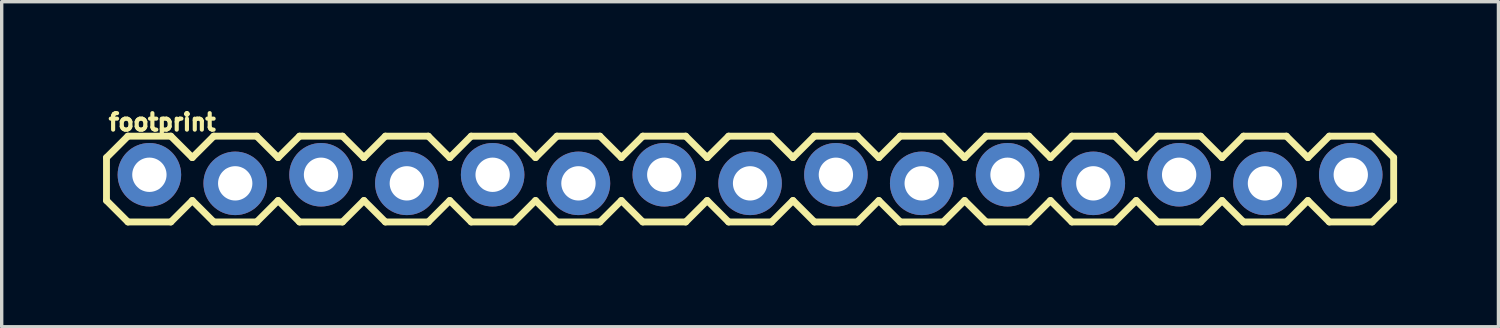
<source format=kicad_pcb>
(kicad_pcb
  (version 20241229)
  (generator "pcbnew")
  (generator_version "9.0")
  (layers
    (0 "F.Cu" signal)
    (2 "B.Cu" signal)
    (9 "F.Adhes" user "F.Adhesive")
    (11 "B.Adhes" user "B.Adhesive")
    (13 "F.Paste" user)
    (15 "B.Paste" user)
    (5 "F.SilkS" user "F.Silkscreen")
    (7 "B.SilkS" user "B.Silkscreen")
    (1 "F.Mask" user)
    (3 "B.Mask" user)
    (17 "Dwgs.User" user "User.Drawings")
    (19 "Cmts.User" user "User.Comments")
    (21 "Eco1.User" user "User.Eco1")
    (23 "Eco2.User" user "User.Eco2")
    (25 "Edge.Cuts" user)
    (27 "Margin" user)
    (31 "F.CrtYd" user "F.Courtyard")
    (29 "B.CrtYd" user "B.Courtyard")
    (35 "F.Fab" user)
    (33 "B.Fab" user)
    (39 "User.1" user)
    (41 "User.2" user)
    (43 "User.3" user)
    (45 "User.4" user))
  (footprint "footprint"
    (layer "F.Cu")
    (at 1.372 2.25)
    (property "Reference" "footprint" (at -1.27 -1.397 0) (layer "F.SilkS") (effects (font (size 0.488 0.488) (thickness 0.122)) (justify left bottom)))
    (fp_line (start -1.27 -0.635) (end -1.27 0.635) (stroke (width 0.203) (type solid)) (layer "F.SilkS"))
    (fp_line (start -1.27 0.635) (end -0.635 1.27) (stroke (width 0.203) (type solid)) (layer "F.SilkS"))
    (fp_line (start -0.635 -1.27) (end -1.27 -0.635) (stroke (width 0.203) (type solid)) (layer "F.SilkS"))
    (fp_line (start -0.635 -1.27) (end 0.635 -1.27) (stroke (width 0.203) (type solid)) (layer "F.SilkS"))
    (fp_line (start 0.635 -1.27) (end 1.27 -0.635) (stroke (width 0.203) (type solid)) (layer "F.SilkS"))
    (fp_line (start 0.635 1.27) (end -0.635 1.27) (stroke (width 0.203) (type solid)) (layer "F.SilkS"))
    (fp_line (start 1.27 -0.635) (end 1.905 -1.27) (stroke (width 0.203) (type solid)) (layer "F.SilkS"))
    (fp_line (start 1.27 0.635) (end 0.635 1.27) (stroke (width 0.203) (type solid)) (layer "F.SilkS"))
    (fp_line (start 1.905 -1.27) (end 3.175 -1.27) (stroke (width 0.203) (type solid)) (layer "F.SilkS"))
    (fp_line (start 1.905 1.27) (end 1.27 0.635) (stroke (width 0.203) (type solid)) (layer "F.SilkS"))
    (fp_line (start 3.175 -1.27) (end 3.81 -0.635) (stroke (width 0.203) (type solid)) (layer "F.SilkS"))
    (fp_line (start 3.175 1.27) (end 1.905 1.27) (stroke (width 0.203) (type solid)) (layer "F.SilkS"))
    (fp_line (start 3.81 -0.635) (end 4.445 -1.27) (stroke (width 0.203) (type solid)) (layer "F.SilkS"))
    (fp_line (start 3.81 0.635) (end 3.175 1.27) (stroke (width 0.203) (type solid)) (layer "F.SilkS"))
    (fp_line (start 4.445 -1.27) (end 5.715 -1.27) (stroke (width 0.203) (type solid)) (layer "F.SilkS"))
    (fp_line (start 4.445 1.27) (end 3.81 0.635) (stroke (width 0.203) (type solid)) (layer "F.SilkS"))
    (fp_line (start 5.715 -1.27) (end 6.35 -0.635) (stroke (width 0.203) (type solid)) (layer "F.SilkS"))
    (fp_line (start 5.715 1.27) (end 4.445 1.27) (stroke (width 0.203) (type solid)) (layer "F.SilkS"))
    (fp_line (start 6.35 0.635) (end 5.715 1.27) (stroke (width 0.203) (type solid)) (layer "F.SilkS"))
    (fp_line (start 6.35 0.635) (end 6.985 1.27) (stroke (width 0.203) (type solid)) (layer "F.SilkS"))
    (fp_line (start 6.985 -1.27) (end 6.35 -0.635) (stroke (width 0.203) (type solid)) (layer "F.SilkS"))
    (fp_line (start 6.985 -1.27) (end 8.255 -1.27) (stroke (width 0.203) (type solid)) (layer "F.SilkS"))
    (fp_line (start 8.255 -1.27) (end 8.89 -0.635) (stroke (width 0.203) (type solid)) (layer "F.SilkS"))
    (fp_line (start 8.255 1.27) (end 6.985 1.27) (stroke (width 0.203) (type solid)) (layer "F.SilkS"))
    (fp_line (start 8.89 -0.635) (end 9.525 -1.27) (stroke (width 0.203) (type solid)) (layer "F.SilkS"))
    (fp_line (start 8.89 0.635) (end 8.255 1.27) (stroke (width 0.203) (type solid)) (layer "F.SilkS"))
    (fp_line (start 9.525 -1.27) (end 10.795 -1.27) (stroke (width 0.203) (type solid)) (layer "F.SilkS"))
    (fp_line (start 9.525 1.27) (end 8.89 0.635) (stroke (width 0.203) (type solid)) (layer "F.SilkS"))
    (fp_line (start 10.795 -1.27) (end 11.43 -0.635) (stroke (width 0.203) (type solid)) (layer "F.SilkS"))
    (fp_line (start 10.795 1.27) (end 9.525 1.27) (stroke (width 0.203) (type solid)) (layer "F.SilkS"))
    (fp_line (start 11.43 -0.635) (end 12.065 -1.27) (stroke (width 0.203) (type solid)) (layer "F.SilkS"))
    (fp_line (start 11.43 0.635) (end 10.795 1.27) (stroke (width 0.203) (type solid)) (layer "F.SilkS"))
    (fp_line (start 12.065 -1.27) (end 13.335 -1.27) (stroke (width 0.203) (type solid)) (layer "F.SilkS"))
    (fp_line (start 12.065 1.27) (end 11.43 0.635) (stroke (width 0.203) (type solid)) (layer "F.SilkS"))
    (fp_line (start 13.335 -1.27) (end 13.97 -0.635) (stroke (width 0.203) (type solid)) (layer "F.SilkS"))
    (fp_line (start 13.335 1.27) (end 12.065 1.27) (stroke (width 0.203) (type solid)) (layer "F.SilkS"))
    (fp_line (start 13.97 0.635) (end 13.335 1.27) (stroke (width 0.203) (type solid)) (layer "F.SilkS"))
    (fp_line (start 13.97 0.635) (end 14.605 1.27) (stroke (width 0.203) (type solid)) (layer "F.SilkS"))
    (fp_line (start 14.605 -1.27) (end 13.97 -0.635) (stroke (width 0.203) (type solid)) (layer "F.SilkS"))
    (fp_line (start 14.605 -1.27) (end 15.875 -1.27) (stroke (width 0.203) (type solid)) (layer "F.SilkS"))
    (fp_line (start 15.875 -1.27) (end 16.51 -0.635) (stroke (width 0.203) (type solid)) (layer "F.SilkS"))
    (fp_line (start 15.875 1.27) (end 14.605 1.27) (stroke (width 0.203) (type solid)) (layer "F.SilkS"))
    (fp_line (start 16.51 0.635) (end 15.875 1.27) (stroke (width 0.203) (type solid)) (layer "F.SilkS"))
    (fp_line (start 16.51 0.635) (end 17.145 1.27) (stroke (width 0.203) (type solid)) (layer "F.SilkS"))
    (fp_line (start 17.145 -1.27) (end 16.51 -0.635) (stroke (width 0.203) (type solid)) (layer "F.SilkS"))
    (fp_line (start 17.145 -1.27) (end 18.415 -1.27) (stroke (width 0.203) (type solid)) (layer "F.SilkS"))
    (fp_line (start 18.415 -1.27) (end 19.05 -0.635) (stroke (width 0.203) (type solid)) (layer "F.SilkS"))
    (fp_line (start 18.415 1.27) (end 17.145 1.27) (stroke (width 0.203) (type solid)) (layer "F.SilkS"))
    (fp_line (start 19.05 -0.635) (end 19.685 -1.27) (stroke (width 0.203) (type solid)) (layer "F.SilkS"))
    (fp_line (start 19.05 0.635) (end 18.415 1.27) (stroke (width 0.203) (type solid)) (layer "F.SilkS"))
    (fp_line (start 19.685 -1.27) (end 20.955 -1.27) (stroke (width 0.203) (type solid)) (layer "F.SilkS"))
    (fp_line (start 19.685 1.27) (end 19.05 0.635) (stroke (width 0.203) (type solid)) (layer "F.SilkS"))
    (fp_line (start 20.955 -1.27) (end 21.59 -0.635) (stroke (width 0.203) (type solid)) (layer "F.SilkS"))
    (fp_line (start 20.955 1.27) (end 19.685 1.27) (stroke (width 0.203) (type solid)) (layer "F.SilkS"))
    (fp_line (start 21.59 -0.635) (end 22.225 -1.27) (stroke (width 0.203) (type solid)) (layer "F.SilkS"))
    (fp_line (start 21.59 0.635) (end 20.955 1.27) (stroke (width 0.203) (type solid)) (layer "F.SilkS"))
    (fp_line (start 22.225 -1.27) (end 23.495 -1.27) (stroke (width 0.203) (type solid)) (layer "F.SilkS"))
    (fp_line (start 22.225 1.27) (end 21.59 0.635) (stroke (width 0.203) (type solid)) (layer "F.SilkS"))
    (fp_line (start 23.495 -1.27) (end 24.13 -0.635) (stroke (width 0.203) (type solid)) (layer "F.SilkS"))
    (fp_line (start 23.495 1.27) (end 22.225 1.27) (stroke (width 0.203) (type solid)) (layer "F.SilkS"))
    (fp_line (start 24.13 0.635) (end 23.495 1.27) (stroke (width 0.203) (type solid)) (layer "F.SilkS"))
    (fp_line (start 24.13 0.635) (end 24.765 1.27) (stroke (width 0.203) (type solid)) (layer "F.SilkS"))
    (fp_line (start 24.765 -1.27) (end 24.13 -0.635) (stroke (width 0.203) (type solid)) (layer "F.SilkS"))
    (fp_line (start 24.765 -1.27) (end 26.035 -1.27) (stroke (width 0.203) (type solid)) (layer "F.SilkS"))
    (fp_line (start 26.035 -1.27) (end 26.67 -0.635) (stroke (width 0.203) (type solid)) (layer "F.SilkS"))
    (fp_line (start 26.035 1.27) (end 24.765 1.27) (stroke (width 0.203) (type solid)) (layer "F.SilkS"))
    (fp_line (start 26.67 -0.635) (end 27.305 -1.27) (stroke (width 0.203) (type solid)) (layer "F.SilkS"))
    (fp_line (start 26.67 0.635) (end 26.035 1.27) (stroke (width 0.203) (type solid)) (layer "F.SilkS"))
    (fp_line (start 27.305 -1.27) (end 28.575 -1.27) (stroke (width 0.203) (type solid)) (layer "F.SilkS"))
    (fp_line (start 27.305 1.27) (end 26.67 0.635) (stroke (width 0.203) (type solid)) (layer "F.SilkS"))
    (fp_line (start 28.575 -1.27) (end 29.21 -0.635) (stroke (width 0.203) (type solid)) (layer "F.SilkS"))
    (fp_line (start 28.575 1.27) (end 27.305 1.27) (stroke (width 0.203) (type solid)) (layer "F.SilkS"))
    (fp_line (start 29.21 -0.635) (end 29.845 -1.27) (stroke (width 0.203) (type solid)) (layer "F.SilkS"))
    (fp_line (start 29.21 0.635) (end 28.575 1.27) (stroke (width 0.203) (type solid)) (layer "F.SilkS"))
    (fp_line (start 29.845 -1.27) (end 31.115 -1.27) (stroke (width 0.203) (type solid)) (layer "F.SilkS"))
    (fp_line (start 29.845 1.27) (end 29.21 0.635) (stroke (width 0.203) (type solid)) (layer "F.SilkS"))
    (fp_line (start 31.115 -1.27) (end 31.75 -0.635) (stroke (width 0.203) (type solid)) (layer "F.SilkS"))
    (fp_line (start 31.115 1.27) (end 29.845 1.27) (stroke (width 0.203) (type solid)) (layer "F.SilkS"))
    (fp_line (start 31.75 0.635) (end 31.115 1.27) (stroke (width 0.203) (type solid)) (layer "F.SilkS"))
    (fp_line (start 31.75 0.635) (end 32.385 1.27) (stroke (width 0.203) (type solid)) (layer "F.SilkS"))
    (fp_line (start 32.385 -1.27) (end 31.75 -0.635) (stroke (width 0.203) (type solid)) (layer "F.SilkS"))
    (fp_line (start 32.385 -1.27) (end 33.655 -1.27) (stroke (width 0.203) (type solid)) (layer "F.SilkS"))
    (fp_line (start 33.655 -1.27) (end 34.29 -0.635) (stroke (width 0.203) (type solid)) (layer "F.SilkS"))
    (fp_line (start 33.655 1.27) (end 32.385 1.27) (stroke (width 0.203) (type solid)) (layer "F.SilkS"))
    (fp_line (start 34.29 0.635) (end 33.655 1.27) (stroke (width 0.203) (type solid)) (layer "F.SilkS"))
    (fp_line (start 34.29 0.635) (end 34.925 1.27) (stroke (width 0.203) (type solid)) (layer "F.SilkS"))
    (fp_line (start 34.925 -1.27) (end 34.29 -0.635) (stroke (width 0.203) (type solid)) (layer "F.SilkS"))
    (fp_line (start 34.925 -1.27) (end 36.195 -1.27) (stroke (width 0.203) (type solid)) (layer "F.SilkS"))
    (fp_line (start 36.195 -1.27) (end 36.83 -0.635) (stroke (width 0.203) (type solid)) (layer "F.SilkS"))
    (fp_line (start 36.195 1.27) (end 34.925 1.27) (stroke (width 0.203) (type solid)) (layer "F.SilkS"))
    (fp_line (start 36.83 -0.635) (end 36.83 0.635) (stroke (width 0.203) (type solid)) (layer "F.SilkS"))
    (fp_line (start 36.83 0.635) (end 36.195 1.27) (stroke (width 0.203) (type solid)) (layer "F.SilkS"))
    (fp_poly (pts (xy -0.254 0.254) (xy 0.254 0.254) (xy 0.254 -0.254) (xy -0.254 -0.254)) (stroke (width 0.1) (type solid)) (fill no) (layer "F.Fab"))
    (fp_poly (pts (xy 2.286 0.254) (xy 2.794 0.254) (xy 2.794 -0.254) (xy 2.286 -0.254)) (stroke (width 0.1) (type solid)) (fill no) (layer "F.Fab"))
    (fp_poly (pts (xy 4.826 0.254) (xy 5.334 0.254) (xy 5.334 -0.254) (xy 4.826 -0.254)) (stroke (width 0.1) (type solid)) (fill no) (layer "F.Fab"))
    (fp_poly (pts (xy 7.366 0.254) (xy 7.874 0.254) (xy 7.874 -0.254) (xy 7.366 -0.254)) (stroke (width 0.1) (type solid)) (fill no) (layer "F.Fab"))
    (fp_poly (pts (xy 9.906 0.254) (xy 10.414 0.254) (xy 10.414 -0.254) (xy 9.906 -0.254)) (stroke (width 0.1) (type solid)) (fill no) (layer "F.Fab"))
    (fp_poly (pts (xy 12.446 0.254) (xy 12.954 0.254) (xy 12.954 -0.254) (xy 12.446 -0.254)) (stroke (width 0.1) (type solid)) (fill no) (layer "F.Fab"))
    (fp_poly (pts (xy 14.986 0.254) (xy 15.494 0.254) (xy 15.494 -0.254) (xy 14.986 -0.254)) (stroke (width 0.1) (type solid)) (fill no) (layer "F.Fab"))
    (fp_poly (pts (xy 17.526 0.254) (xy 18.034 0.254) (xy 18.034 -0.254) (xy 17.526 -0.254)) (stroke (width 0.1) (type solid)) (fill no) (layer "F.Fab"))
    (fp_poly (pts (xy 20.066 0.254) (xy 20.574 0.254) (xy 20.574 -0.254) (xy 20.066 -0.254)) (stroke (width 0.1) (type solid)) (fill no) (layer "F.Fab"))
    (fp_poly (pts (xy 22.606 0.254) (xy 23.114 0.254) (xy 23.114 -0.254) (xy 22.606 -0.254)) (stroke (width 0.1) (type solid)) (fill no) (layer "F.Fab"))
    (fp_poly (pts (xy 25.146 0.254) (xy 25.654 0.254) (xy 25.654 -0.254) (xy 25.146 -0.254)) (stroke (width 0.1) (type solid)) (fill no) (layer "F.Fab"))
    (fp_poly (pts (xy 27.686 0.254) (xy 28.194 0.254) (xy 28.194 -0.254) (xy 27.686 -0.254)) (stroke (width 0.1) (type solid)) (fill no) (layer "F.Fab"))
    (fp_poly (pts (xy 30.226 0.254) (xy 30.734 0.254) (xy 30.734 -0.254) (xy 30.226 -0.254)) (stroke (width 0.1) (type solid)) (fill no) (layer "F.Fab"))
    (fp_poly (pts (xy 32.766 0.254) (xy 33.274 0.254) (xy 33.274 -0.254) (xy 32.766 -0.254)) (stroke (width 0.1) (type solid)) (fill no) (layer "F.Fab"))
    (fp_poly (pts (xy 35.306 0.254) (xy 35.814 0.254) (xy 35.814 -0.254) (xy 35.306 -0.254)) (stroke (width 0.1) (type solid)) (fill no) (layer "F.Fab"))
    (pad "1" thru_hole circle (at 0 -0.127 90) (size 1.88 1.88) (drill 1.016) (layers "*.Cu" "*.Mask"))
    (pad "2" thru_hole circle (at 2.54 0.127 90) (size 1.88 1.88) (drill 1.016) (layers "*.Cu" "*.Mask"))
    (pad "3" thru_hole circle (at 5.08 -0.127 90) (size 1.88 1.88) (drill 1.016) (layers "*.Cu" "*.Mask"))
    (pad "4" thru_hole circle (at 7.62 0.127 90) (size 1.88 1.88) (drill 1.016) (layers "*.Cu" "*.Mask"))
    (pad "5" thru_hole circle (at 10.16 -0.127 90) (size 1.88 1.88) (drill 1.016) (layers "*.Cu" "*.Mask"))
    (pad "6" thru_hole circle (at 12.7 0.127 90) (size 1.88 1.88) (drill 1.016) (layers "*.Cu" "*.Mask"))
    (pad "7" thru_hole circle (at 15.24 -0.127 90) (size 1.88 1.88) (drill 1.016) (layers "*.Cu" "*.Mask"))
    (pad "8" thru_hole circle (at 17.78 0.127 90) (size 1.88 1.88) (drill 1.016) (layers "*.Cu" "*.Mask"))
    (pad "9" thru_hole circle (at 20.32 -0.127 90) (size 1.88 1.88) (drill 1.016) (layers "*.Cu" "*.Mask"))
    (pad "10" thru_hole circle (at 22.86 0.127 90) (size 1.88 1.88) (drill 1.016) (layers "*.Cu" "*.Mask"))
    (pad "11" thru_hole circle (at 25.4 -0.127 90) (size 1.88 1.88) (drill 1.016) (layers "*.Cu" "*.Mask"))
    (pad "12" thru_hole circle (at 27.94 0.127 90) (size 1.88 1.88) (drill 1.016) (layers "*.Cu" "*.Mask"))
    (pad "13" thru_hole circle (at 30.48 -0.127 90) (size 1.88 1.88) (drill 1.016) (layers "*.Cu" "*.Mask"))
    (pad "14" thru_hole circle (at 33.02 0.127 90) (size 1.88 1.88) (drill 1.016) (layers "*.Cu" "*.Mask"))
    (pad "15" thru_hole circle (at 35.56 -0.127 90) (size 1.88 1.88) (drill 1.016) (layers "*.Cu" "*.Mask")))
  (gr_rect
    (start -3 -3)
    (end 41.303 6.622)
    (stroke (width 0.1) (type default))
    (fill no)
    (layer "Edge.Cuts")))
</source>
